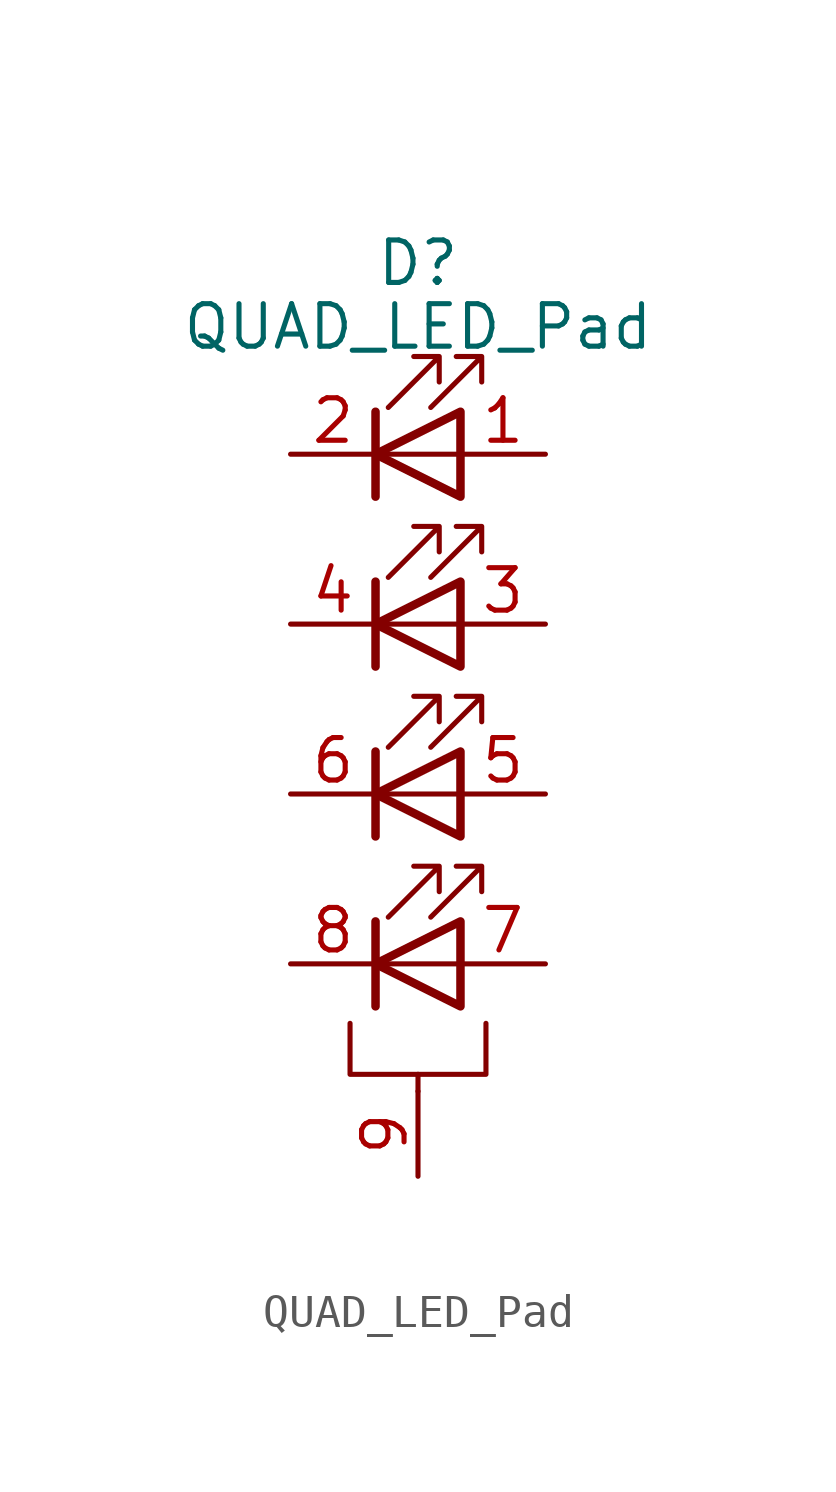
<source format=kicad_sym>
(kicad_symbol_lib
  (version 20210619)
  (generator kicad_symbol_editor)
  (symbol "cusom_symbols:QUAD_LED_Pad"
    (pin_names
      (offset 1.016) hide)
    (property "Reference" "D"
      (at 0 13.335 0)
      (effects (font (size 1.27 1.27))))
    (property "Value" "QUAD_LED_Pad"
      (at 0 11.43 0)
      (effects (font (size 1.27 1.27))))
    (symbol "QUAD_LED_Pad_0_1"
      (polyline (pts (xy -1.27 -8.89) (xy -1.27 -6.35)) (stroke (width 0.254)) (fill (type none)))
      (polyline (pts (xy -1.27 -7.62) (xy 1.27 -7.62)) (stroke (width 0)) (fill (type none)))
      (polyline (pts (xy -1.27 -3.81) (xy -1.27 -1.27)) (stroke (width 0.254)) (fill (type none)))
      (polyline (pts (xy -1.27 -2.54) (xy 1.27 -2.54)) (stroke (width 0)) (fill (type none)))
      (polyline (pts (xy -1.27 1.27) (xy -1.27 3.81)) (stroke (width 0.254)) (fill (type none)))
      (polyline (pts (xy -1.27 2.54) (xy 1.27 2.54)) (stroke (width 0)) (fill (type none)))
      (polyline (pts (xy -1.27 6.35) (xy -1.27 8.89)) (stroke (width 0.254)) (fill (type none)))
      (polyline (pts (xy -1.27 7.62) (xy 1.27 7.62)) (stroke (width 0)) (fill (type none)))
      (polyline (pts (xy 0 -11.43) (xy 0 -10.922)) (stroke (width 0)) (fill (type none)))
      (polyline (pts (xy -2.032 -9.398) (xy -2.032 -10.922) (xy 2.032 -10.922) (xy 2.032 -9.398)) (stroke (width 0)) (fill (type none)))
      (polyline (pts (xy 1.27 -8.89) (xy 1.27 -6.35) (xy -1.27 -7.62) (xy 1.27 -8.89)) (stroke (width 0.254)) (fill (type none)))
      (polyline (pts (xy 1.27 -3.81) (xy 1.27 -1.27) (xy -1.27 -2.54) (xy 1.27 -3.81)) (stroke (width 0.254)) (fill (type none)))
      (polyline (pts (xy 1.27 1.27) (xy 1.27 3.81) (xy -1.27 2.54) (xy 1.27 1.27)) (stroke (width 0.254)) (fill (type none)))
      (polyline (pts (xy 1.27 6.35) (xy 1.27 8.89) (xy -1.27 7.62) (xy 1.27 6.35)) (stroke (width 0.254)) (fill (type none)))
      (polyline (pts (xy -0.889 -6.223) (xy 0.635 -4.699) (xy -0.127 -4.699) (xy 0.635 -4.699) (xy 0.635 -5.461)) (stroke (width 0)) (fill (type none)))
      (polyline (pts (xy -0.889 -1.143) (xy 0.635 0.381) (xy -0.127 0.381) (xy 0.635 0.381) (xy 0.635 -0.381)) (stroke (width 0)) (fill (type none)))
      (polyline (pts (xy -0.889 3.937) (xy 0.635 5.461) (xy -0.127 5.461) (xy 0.635 5.461) (xy 0.635 4.699)) (stroke (width 0)) (fill (type none)))
      (polyline (pts (xy -0.889 9.017) (xy 0.635 10.541) (xy -0.127 10.541) (xy 0.635 10.541) (xy 0.635 9.779)) (stroke (width 0)) (fill (type none)))
      (polyline (pts (xy 0.381 -6.223) (xy 1.905 -4.699) (xy 1.143 -4.699) (xy 1.905 -4.699) (xy 1.905 -5.461)) (stroke (width 0)) (fill (type none)))
      (polyline (pts (xy 0.381 -1.143) (xy 1.905 0.381) (xy 1.143 0.381) (xy 1.905 0.381) (xy 1.905 -0.381)) (stroke (width 0)) (fill (type none)))
      (polyline (pts (xy 0.381 3.937) (xy 1.905 5.461) (xy 1.143 5.461) (xy 1.905 5.461) (xy 1.905 4.699)) (stroke (width 0)) (fill (type none)))
      (polyline (pts (xy 0.381 9.017) (xy 1.905 10.541) (xy 1.143 10.541) (xy 1.905 10.541) (xy 1.905 9.779)) (stroke (width 0)) (fill (type none))))
    (symbol "QUAD_LED_Pad_1_1"
      (pin passive line (at 3.81 7.62 180) (length 2.54) (name "IR_A_ANODE" (effects (font (size 1.27 1.27)))) (number "1" (effects (font (size 1.27 1.27)))))
      (pin passive line (at -3.81 7.62 0) (length 2.54) (name "IR_A_CATHODE" (effects (font (size 1.27 1.27)))) (number "2" (effects (font (size 1.27 1.27)))))
      (pin passive line (at 3.81 2.54 180) (length 2.54) (name "CW_B_ANODE" (effects (font (size 1.27 1.27)))) (number "3" (effects (font (size 1.27 1.27)))))
      (pin passive line (at -3.81 2.54 0) (length 2.54) (name "CW_B_CATHODE" (effects (font (size 1.27 1.27)))) (number "4" (effects (font (size 1.27 1.27)))))
      (pin passive line (at 3.81 -2.54 180) (length 2.54) (name "IR_C_ANODE" (effects (font (size 1.27 1.27)))) (number "5" (effects (font (size 1.27 1.27)))))
      (pin passive line (at -3.81 -2.54 0) (length 2.54) (name "IR_C_CATHODE" (effects (font (size 1.27 1.27)))) (number "6" (effects (font (size 1.27 1.27)))))
      (pin passive line (at 3.81 -7.62 180) (length 2.54) (name "CW_D_ANODE" (effects (font (size 1.27 1.27)))) (number "7" (effects (font (size 1.27 1.27)))))
      (pin passive line (at -3.81 -7.62 0) (length 2.54) (name "CW_D_CATHODE" (effects (font (size 1.27 1.27)))) (number "8" (effects (font (size 1.27 1.27)))))
      (pin passive line (at 0 -13.97 90) (length 2.54) (name "PAD" (effects (font (size 1.27 1.27)))) (number "9" (effects (font (size 1.27 1.27))))))))
</source>
